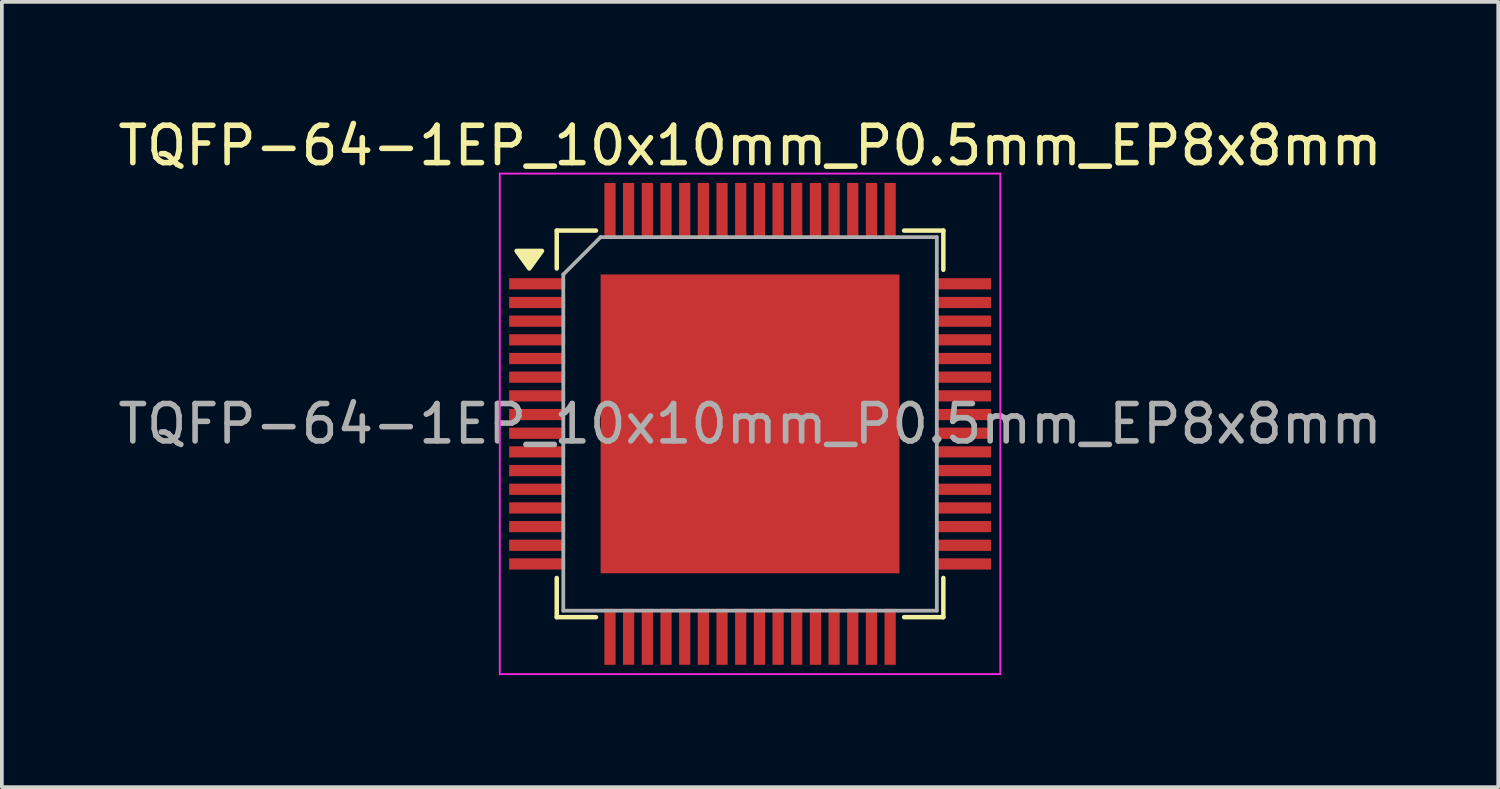
<source format=kicad_pcb>
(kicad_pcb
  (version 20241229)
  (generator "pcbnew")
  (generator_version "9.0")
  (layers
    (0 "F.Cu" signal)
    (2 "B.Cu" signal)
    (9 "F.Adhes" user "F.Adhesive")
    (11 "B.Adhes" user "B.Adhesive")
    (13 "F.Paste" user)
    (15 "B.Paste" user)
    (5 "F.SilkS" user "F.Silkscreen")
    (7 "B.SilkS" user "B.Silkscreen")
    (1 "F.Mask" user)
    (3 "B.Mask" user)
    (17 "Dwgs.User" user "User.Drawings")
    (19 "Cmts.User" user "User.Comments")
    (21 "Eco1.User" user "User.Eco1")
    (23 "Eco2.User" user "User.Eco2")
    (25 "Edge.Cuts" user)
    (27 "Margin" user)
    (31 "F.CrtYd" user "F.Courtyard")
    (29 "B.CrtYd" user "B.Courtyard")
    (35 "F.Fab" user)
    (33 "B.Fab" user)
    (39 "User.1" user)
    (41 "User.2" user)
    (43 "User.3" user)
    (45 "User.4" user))
  (footprint "TQFP-64-1EP_10x10mm_P0.5mm_EP8x8mm"
    (layer "F.Cu")
    (at 17.03 8.298)
    (property "Reference" "TQFP-64-1EP_10x10mm_P0.5mm_EP8x8mm" (at 0 -7.45 0) (layer "F.SilkS") (effects (font (size 1 1) (thickness 0.15))))
    (attr smd)
    (fp_line (start -5.175 -5.175) (end -5.175 -4.16) (stroke (width 0.12) (type solid)) (layer "F.SilkS"))
    (fp_line (start -5.175 -5.175) (end -4.125 -5.175) (stroke (width 0.12) (type solid)) (layer "F.SilkS"))
    (fp_line (start -5.175 5.175) (end -5.175 4.125) (stroke (width 0.12) (type solid)) (layer "F.SilkS"))
    (fp_line (start -5.175 5.175) (end -4.125 5.175) (stroke (width 0.12) (type solid)) (layer "F.SilkS"))
    (fp_line (start 5.175 -5.175) (end 4.125 -5.175) (stroke (width 0.12) (type solid)) (layer "F.SilkS"))
    (fp_line (start 5.175 -5.175) (end 5.175 -4.125) (stroke (width 0.12) (type solid)) (layer "F.SilkS"))
    (fp_line (start 5.175 5.175) (end 4.125 5.175) (stroke (width 0.12) (type solid)) (layer "F.SilkS"))
    (fp_line (start 5.175 5.175) (end 5.175 4.125) (stroke (width 0.12) (type solid)) (layer "F.SilkS"))
    (fp_poly (pts (xy -5.91 -4.16) (xy -6.25 -4.63) (xy -5.57 -4.63) (xy -5.91 -4.16)) (stroke (width 0.12) (type solid)) (fill yes) (layer "F.SilkS"))
    (fp_line (start -6.7 -6.7) (end -6.7 6.7) (stroke (width 0.05) (type solid)) (layer "F.CrtYd"))
    (fp_line (start -6.7 -6.7) (end 6.7 -6.7) (stroke (width 0.05) (type solid)) (layer "F.CrtYd"))
    (fp_line (start -6.7 6.7) (end 6.7 6.7) (stroke (width 0.05) (type solid)) (layer "F.CrtYd"))
    (fp_line (start 6.7 -6.7) (end 6.7 6.7) (stroke (width 0.05) (type solid)) (layer "F.CrtYd"))
    (fp_line (start -5 -4) (end -4 -5) (stroke (width 0.1) (type solid)) (layer "F.Fab"))
    (fp_line (start -5 5) (end -5 -4) (stroke (width 0.1) (type solid)) (layer "F.Fab"))
    (fp_line (start -4 -5) (end 5 -5) (stroke (width 0.1) (type solid)) (layer "F.Fab"))
    (fp_line (start 5 -5) (end 5 5) (stroke (width 0.1) (type solid)) (layer "F.Fab"))
    (fp_line (start 5 5) (end -5 5) (stroke (width 0.1) (type solid)) (layer "F.Fab"))
    (fp_text user "${REFERENCE}" (at 0 0 0) (layer "F.Fab") (effects (font (size 1 1) (thickness 0.15))))
    (pad "" smd rect (at -3.2 -3.2) (size 1.24 1.24) (layers "F.Paste"))
    (pad "" smd rect (at -3.2 -1.6) (size 1.24 1.24) (layers "F.Paste"))
    (pad "" smd rect (at -3.2 0) (size 1.24 1.24) (layers "F.Paste"))
    (pad "" smd rect (at -3.2 1.6) (size 1.24 1.24) (layers "F.Paste"))
    (pad "" smd rect (at -3.2 3.2) (size 1.24 1.24) (layers "F.Paste"))
    (pad "" smd rect (at -1.6 -3.2) (size 1.24 1.24) (layers "F.Paste"))
    (pad "" smd rect (at -1.6 -1.6) (size 1.24 1.24) (layers "F.Paste"))
    (pad "" smd rect (at -1.6 0) (size 1.24 1.24) (layers "F.Paste"))
    (pad "" smd rect (at -1.6 1.6) (size 1.24 1.24) (layers "F.Paste"))
    (pad "" smd rect (at -1.6 3.2) (size 1.24 1.24) (layers "F.Paste"))
    (pad "" smd rect (at 0 -3.2) (size 1.24 1.24) (layers "F.Paste"))
    (pad "" smd rect (at 0 -1.6) (size 1.24 1.24) (layers "F.Paste"))
    (pad "" smd rect (at 0 0) (size 1.24 1.24) (layers "F.Paste"))
    (pad "" smd rect (at 0 1.6) (size 1.24 1.24) (layers "F.Paste"))
    (pad "" smd rect (at 0 3.2) (size 1.24 1.24) (layers "F.Paste"))
    (pad "" smd rect (at 1.6 -3.2) (size 1.24 1.24) (layers "F.Paste"))
    (pad "" smd rect (at 1.6 -1.6) (size 1.24 1.24) (layers "F.Paste"))
    (pad "" smd rect (at 1.6 0) (size 1.24 1.24) (layers "F.Paste"))
    (pad "" smd rect (at 1.6 1.6) (size 1.24 1.24) (layers "F.Paste"))
    (pad "" smd rect (at 1.6 3.2) (size 1.24 1.24) (layers "F.Paste"))
    (pad "" smd rect (at 3.2 -3.2) (size 1.24 1.24) (layers "F.Paste"))
    (pad "" smd rect (at 3.2 -1.6) (size 1.24 1.24) (layers "F.Paste"))
    (pad "" smd rect (at 3.2 0) (size 1.24 1.24) (layers "F.Paste"))
    (pad "" smd rect (at 3.2 1.6) (size 1.24 1.24) (layers "F.Paste"))
    (pad "" smd rect (at 3.2 3.2) (size 1.24 1.24) (layers "F.Paste"))
    (pad "1" smd rect (at -5.7 -3.75) (size 1.5 0.3) (layers "F.Cu" "F.Mask" "F.Paste"))
    (pad "2" smd rect (at -5.7 -3.25) (size 1.5 0.3) (layers "F.Cu" "F.Mask" "F.Paste"))
    (pad "3" smd rect (at -5.7 -2.75) (size 1.5 0.3) (layers "F.Cu" "F.Mask" "F.Paste"))
    (pad "4" smd rect (at -5.7 -2.25) (size 1.5 0.3) (layers "F.Cu" "F.Mask" "F.Paste"))
    (pad "5" smd rect (at -5.7 -1.75) (size 1.5 0.3) (layers "F.Cu" "F.Mask" "F.Paste"))
    (pad "6" smd rect (at -5.7 -1.25) (size 1.5 0.3) (layers "F.Cu" "F.Mask" "F.Paste"))
    (pad "7" smd rect (at -5.7 -0.75) (size 1.5 0.3) (layers "F.Cu" "F.Mask" "F.Paste"))
    (pad "8" smd rect (at -5.7 -0.25) (size 1.5 0.3) (layers "F.Cu" "F.Mask" "F.Paste"))
    (pad "9" smd rect (at -5.7 0.25) (size 1.5 0.3) (layers "F.Cu" "F.Mask" "F.Paste"))
    (pad "10" smd rect (at -5.7 0.75) (size 1.5 0.3) (layers "F.Cu" "F.Mask" "F.Paste"))
    (pad "11" smd rect (at -5.7 1.25) (size 1.5 0.3) (layers "F.Cu" "F.Mask" "F.Paste"))
    (pad "12" smd rect (at -5.7 1.75) (size 1.5 0.3) (layers "F.Cu" "F.Mask" "F.Paste"))
    (pad "13" smd rect (at -5.7 2.25) (size 1.5 0.3) (layers "F.Cu" "F.Mask" "F.Paste"))
    (pad "14" smd rect (at -5.7 2.75) (size 1.5 0.3) (layers "F.Cu" "F.Mask" "F.Paste"))
    (pad "15" smd rect (at -5.7 3.25) (size 1.5 0.3) (layers "F.Cu" "F.Mask" "F.Paste"))
    (pad "16" smd rect (at -5.7 3.75) (size 1.5 0.3) (layers "F.Cu" "F.Mask" "F.Paste"))
    (pad "17" smd rect (at -3.75 5.7 90) (size 1.5 0.3) (layers "F.Cu" "F.Mask" "F.Paste"))
    (pad "18" smd rect (at -3.25 5.7 90) (size 1.5 0.3) (layers "F.Cu" "F.Mask" "F.Paste"))
    (pad "19" smd rect (at -2.75 5.7 90) (size 1.5 0.3) (layers "F.Cu" "F.Mask" "F.Paste"))
    (pad "20" smd rect (at -2.25 5.7 90) (size 1.5 0.3) (layers "F.Cu" "F.Mask" "F.Paste"))
    (pad "21" smd rect (at -1.75 5.7 90) (size 1.5 0.3) (layers "F.Cu" "F.Mask" "F.Paste"))
    (pad "22" smd rect (at -1.25 5.7 90) (size 1.5 0.3) (layers "F.Cu" "F.Mask" "F.Paste"))
    (pad "23" smd rect (at -0.75 5.7 90) (size 1.5 0.3) (layers "F.Cu" "F.Mask" "F.Paste"))
    (pad "24" smd rect (at -0.25 5.7 90) (size 1.5 0.3) (layers "F.Cu" "F.Mask" "F.Paste"))
    (pad "25" smd rect (at 0.25 5.7 90) (size 1.5 0.3) (layers "F.Cu" "F.Mask" "F.Paste"))
    (pad "26" smd rect (at 0.75 5.7 90) (size 1.5 0.3) (layers "F.Cu" "F.Mask" "F.Paste"))
    (pad "27" smd rect (at 1.25 5.7 90) (size 1.5 0.3) (layers "F.Cu" "F.Mask" "F.Paste"))
    (pad "28" smd rect (at 1.75 5.7 90) (size 1.5 0.3) (layers "F.Cu" "F.Mask" "F.Paste"))
    (pad "29" smd rect (at 2.25 5.7 90) (size 1.5 0.3) (layers "F.Cu" "F.Mask" "F.Paste"))
    (pad "30" smd rect (at 2.75 5.7 90) (size 1.5 0.3) (layers "F.Cu" "F.Mask" "F.Paste"))
    (pad "31" smd rect (at 3.25 5.7 90) (size 1.5 0.3) (layers "F.Cu" "F.Mask" "F.Paste"))
    (pad "32" smd rect (at 3.75 5.7 90) (size 1.5 0.3) (layers "F.Cu" "F.Mask" "F.Paste"))
    (pad "33" smd rect (at 5.7 3.75) (size 1.5 0.3) (layers "F.Cu" "F.Mask" "F.Paste"))
    (pad "34" smd rect (at 5.7 3.25) (size 1.5 0.3) (layers "F.Cu" "F.Mask" "F.Paste"))
    (pad "35" smd rect (at 5.7 2.75) (size 1.5 0.3) (layers "F.Cu" "F.Mask" "F.Paste"))
    (pad "36" smd rect (at 5.7 2.25) (size 1.5 0.3) (layers "F.Cu" "F.Mask" "F.Paste"))
    (pad "37" smd rect (at 5.7 1.75) (size 1.5 0.3) (layers "F.Cu" "F.Mask" "F.Paste"))
    (pad "38" smd rect (at 5.7 1.25) (size 1.5 0.3) (layers "F.Cu" "F.Mask" "F.Paste"))
    (pad "39" smd rect (at 5.7 0.75) (size 1.5 0.3) (layers "F.Cu" "F.Mask" "F.Paste"))
    (pad "40" smd rect (at 5.7 0.25) (size 1.5 0.3) (layers "F.Cu" "F.Mask" "F.Paste"))
    (pad "41" smd rect (at 5.7 -0.25) (size 1.5 0.3) (layers "F.Cu" "F.Mask" "F.Paste"))
    (pad "42" smd rect (at 5.7 -0.75) (size 1.5 0.3) (layers "F.Cu" "F.Mask" "F.Paste"))
    (pad "43" smd rect (at 5.7 -1.25) (size 1.5 0.3) (layers "F.Cu" "F.Mask" "F.Paste"))
    (pad "44" smd rect (at 5.7 -1.75) (size 1.5 0.3) (layers "F.Cu" "F.Mask" "F.Paste"))
    (pad "45" smd rect (at 5.7 -2.25) (size 1.5 0.3) (layers "F.Cu" "F.Mask" "F.Paste"))
    (pad "46" smd rect (at 5.7 -2.75) (size 1.5 0.3) (layers "F.Cu" "F.Mask" "F.Paste"))
    (pad "47" smd rect (at 5.7 -3.25) (size 1.5 0.3) (layers "F.Cu" "F.Mask" "F.Paste"))
    (pad "48" smd rect (at 5.7 -3.75) (size 1.5 0.3) (layers "F.Cu" "F.Mask" "F.Paste"))
    (pad "49" smd rect (at 3.75 -5.7 90) (size 1.5 0.3) (layers "F.Cu" "F.Mask" "F.Paste"))
    (pad "50" smd rect (at 3.25 -5.7 90) (size 1.5 0.3) (layers "F.Cu" "F.Mask" "F.Paste"))
    (pad "51" smd rect (at 2.75 -5.7 90) (size 1.5 0.3) (layers "F.Cu" "F.Mask" "F.Paste"))
    (pad "52" smd rect (at 2.25 -5.7 90) (size 1.5 0.3) (layers "F.Cu" "F.Mask" "F.Paste"))
    (pad "53" smd rect (at 1.75 -5.7 90) (size 1.5 0.3) (layers "F.Cu" "F.Mask" "F.Paste"))
    (pad "54" smd rect (at 1.25 -5.7 90) (size 1.5 0.3) (layers "F.Cu" "F.Mask" "F.Paste"))
    (pad "55" smd rect (at 0.75 -5.7 90) (size 1.5 0.3) (layers "F.Cu" "F.Mask" "F.Paste"))
    (pad "56" smd rect (at 0.25 -5.7 90) (size 1.5 0.3) (layers "F.Cu" "F.Mask" "F.Paste"))
    (pad "57" smd rect (at -0.25 -5.7 90) (size 1.5 0.3) (layers "F.Cu" "F.Mask" "F.Paste"))
    (pad "58" smd rect (at -0.75 -5.7 90) (size 1.5 0.3) (layers "F.Cu" "F.Mask" "F.Paste"))
    (pad "59" smd rect (at -1.25 -5.7 90) (size 1.5 0.3) (layers "F.Cu" "F.Mask" "F.Paste"))
    (pad "60" smd rect (at -1.75 -5.7 90) (size 1.5 0.3) (layers "F.Cu" "F.Mask" "F.Paste"))
    (pad "61" smd rect (at -2.25 -5.7 90) (size 1.5 0.3) (layers "F.Cu" "F.Mask" "F.Paste"))
    (pad "62" smd rect (at -2.75 -5.7 90) (size 1.5 0.3) (layers "F.Cu" "F.Mask" "F.Paste"))
    (pad "63" smd rect (at -3.25 -5.7 90) (size 1.5 0.3) (layers "F.Cu" "F.Mask" "F.Paste"))
    (pad "64" smd rect (at -3.75 -5.7 90) (size 1.5 0.3) (layers "F.Cu" "F.Mask" "F.Paste"))
    (pad "65" smd rect (at 0 0) (size 8 8) (layers "F.Cu" "F.Mask")))
  (gr_rect
    (start -3 -3)
    (end 37.06 18.023)
    (stroke (width 0.1) (type default))
    (fill no)
    (layer "Edge.Cuts")))
</source>
